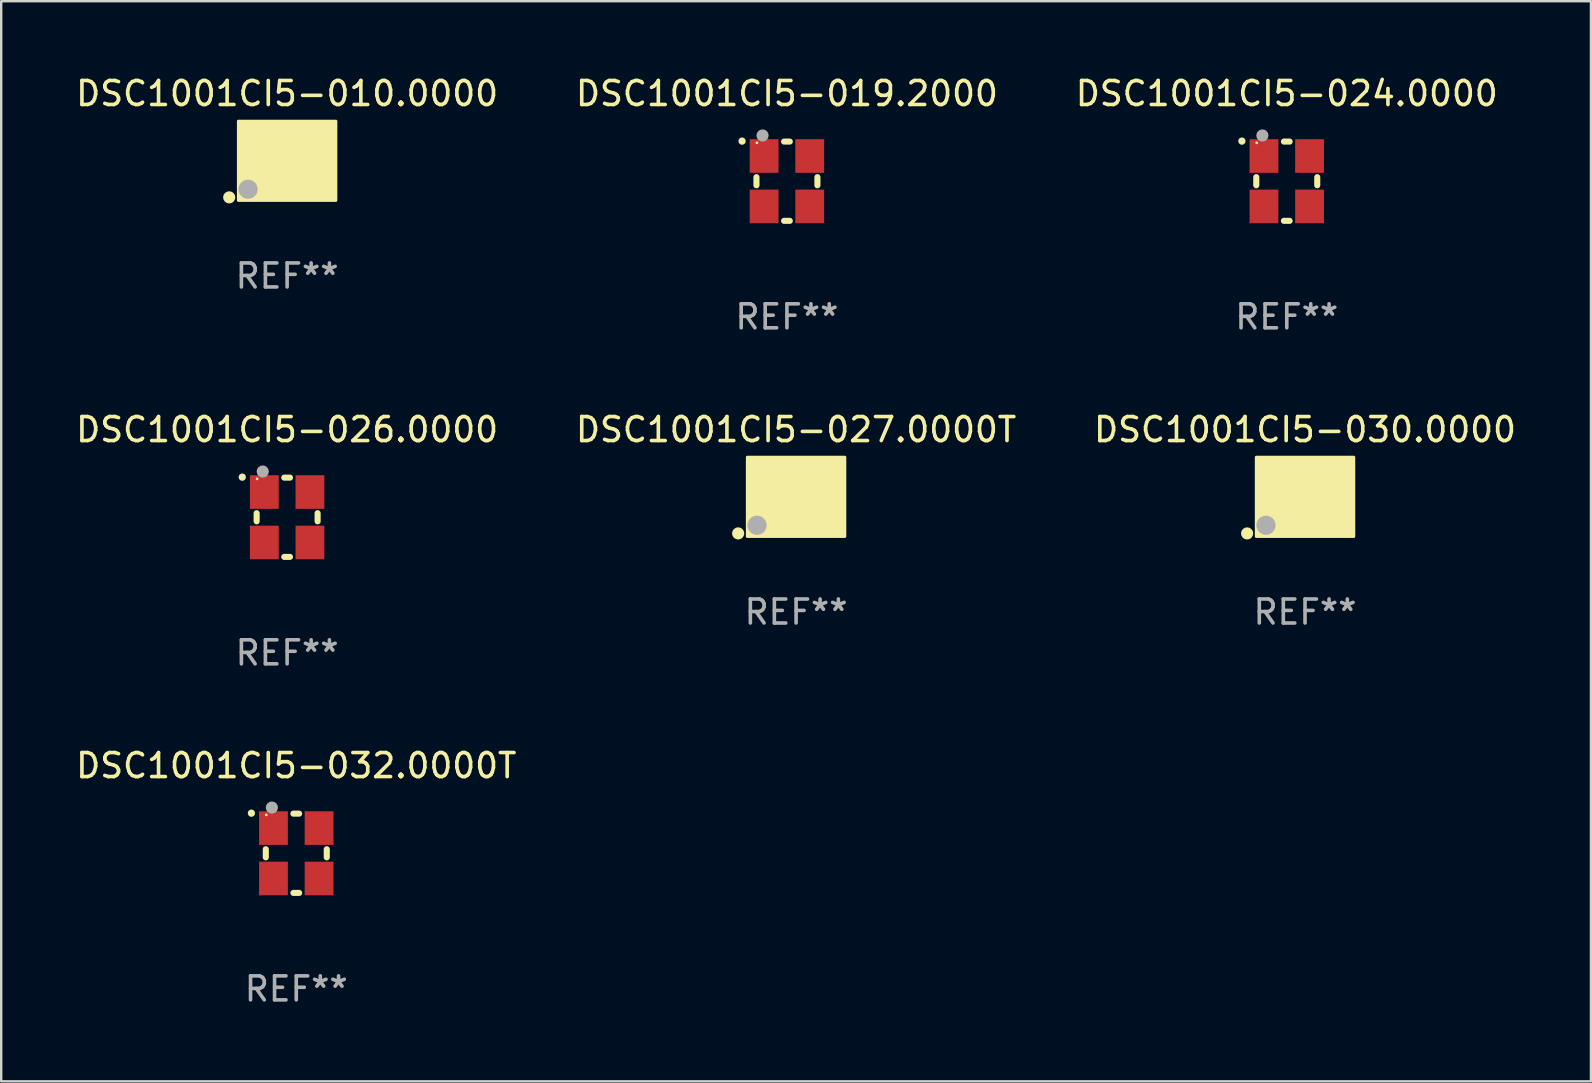
<source format=kicad_pcb>
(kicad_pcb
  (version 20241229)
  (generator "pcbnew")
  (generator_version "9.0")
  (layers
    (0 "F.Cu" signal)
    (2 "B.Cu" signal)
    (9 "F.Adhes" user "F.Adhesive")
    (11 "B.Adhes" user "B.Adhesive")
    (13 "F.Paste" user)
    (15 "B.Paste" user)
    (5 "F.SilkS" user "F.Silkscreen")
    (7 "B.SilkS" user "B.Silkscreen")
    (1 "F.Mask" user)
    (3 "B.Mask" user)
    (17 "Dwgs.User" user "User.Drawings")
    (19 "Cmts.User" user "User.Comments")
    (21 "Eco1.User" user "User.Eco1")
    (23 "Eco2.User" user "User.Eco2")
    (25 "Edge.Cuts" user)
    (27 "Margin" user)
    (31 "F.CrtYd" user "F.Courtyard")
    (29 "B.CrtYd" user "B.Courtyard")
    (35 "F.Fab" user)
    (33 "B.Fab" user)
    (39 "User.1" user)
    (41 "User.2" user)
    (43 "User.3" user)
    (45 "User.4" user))
  (footprint "DSC1001CI5-030.0000"
    (layer "F.Cu")
    (at 51.315 17.647)
    (property "Reference" "DSC1001CI5-030.0000" (at 0 -2.8 0) (layer "F.SilkS") (effects (font (size 1 1) (thickness 0.15))))
    (attr through_hole)
    (fp_circle (center -2.413 1.524) (end -2.286 1.524) (stroke (width 0.254) (type solid)) (fill no) (layer "F.SilkS"))
    (fp_circle (center -1.6 1.25) (end -1.57 1.25) (stroke (width 0.06) (type solid)) (fill no) (layer "F.SilkS"))
    (fp_poly (pts (xy -2.032 -1.651) (xy 2.032 -1.651) (xy 2.032 1.651) (xy -2.032 1.651)) (stroke (width 0.12) (type solid)) (fill yes) (layer "F.SilkS"))
    (fp_circle (center -1.627 1.185) (end -1.427 1.185) (stroke (width 0.4) (type solid)) (fill no) (layer "F.Fab"))
    (fp_text user "REF**" (at 0 4.8 0) (layer "F.Fab") (effects (font (size 1 1) (thickness 0.15))))
    (pad "1" smd rect (at -1.05 0.8) (size 1.4 1.2) (layers "F.Cu" "F.Mask" "F.Paste"))
    (pad "2" smd rect (at 1.05 0.8) (size 1.4 1.2) (layers "F.Cu" "F.Mask" "F.Paste"))
    (pad "3" smd rect (at 1.05 -0.8) (size 1.4 1.2) (layers "F.Cu" "F.Mask" "F.Paste"))
    (pad "4" smd rect (at -1.05 -0.8) (size 1.4 1.2) (layers "F.Cu" "F.Mask" "F.Paste")))
  (footprint "DSC1001CI5-026.0000"
    (layer "F.Cu")
    (at 8.911 18.498)
    (property "Reference" "DSC1001CI5-026.0000" (at 0 -3.651 0) (layer "F.SilkS") (effects (font (size 1 1) (thickness 0.15))))
    (attr through_hole)
    (fp_line (start -1.27 -0.169) (end -1.27 0.169) (stroke (width 0.254) (type solid)) (layer "F.SilkS"))
    (fp_line (start 0.119 -1.651) (end -0.119 -1.651) (stroke (width 0.254) (type solid)) (layer "F.SilkS"))
    (fp_line (start 0.119 1.651) (end -0.119 1.651) (stroke (width 0.254) (type solid)) (layer "F.SilkS"))
    (fp_line (start 1.27 -0.169) (end 1.27 0.169) (stroke (width 0.254) (type solid)) (layer "F.SilkS"))
    (fp_arc (start -1.868631 -1.669799) (mid -1.868636 -1.671069) (end -1.868631 -1.672339) (stroke (width 0.3) (type solid)) (layer "F.SilkS"))
    (fp_circle (center -1.25 -1.6) (end -1.22 -1.6) (stroke (width 0.06) (type solid)) (fill no) (layer "F.SilkS"))
    (fp_circle (center -1.016 -1.905) (end -0.889 -1.905) (stroke (width 0.254) (type solid)) (fill no) (layer "F.Fab"))
    (fp_text user "REF**" (at 0 5.651 0) (layer "F.Fab") (effects (font (size 1 1) (thickness 0.15))))
    (pad "1" smd rect (at -0.95 -1.05 90) (size 1.4 1.2) (layers "F.Cu" "F.Mask" "F.Paste"))
    (pad "2" smd rect (at -0.95 1.05 90) (size 1.4 1.2) (layers "F.Cu" "F.Mask" "F.Paste"))
    (pad "3" smd rect (at 0.95 1.05 90) (size 1.4 1.2) (layers "F.Cu" "F.Mask" "F.Paste"))
    (pad "4" smd rect (at 0.95 -1.05 90) (size 1.4 1.2) (layers "F.Cu" "F.Mask" "F.Paste")))
  (footprint "DSC1001CI5-019.2000"
    (layer "F.Cu")
    (at 29.732 4.499)
    (property "Reference" "DSC1001CI5-019.2000" (at 0 -3.651 0) (layer "F.SilkS") (effects (font (size 1 1) (thickness 0.15))))
    (attr through_hole)
    (fp_line (start -1.27 -0.169) (end -1.27 0.169) (stroke (width 0.254) (type solid)) (layer "F.SilkS"))
    (fp_line (start 0.119 -1.651) (end -0.119 -1.651) (stroke (width 0.254) (type solid)) (layer "F.SilkS"))
    (fp_line (start 0.119 1.651) (end -0.119 1.651) (stroke (width 0.254) (type solid)) (layer "F.SilkS"))
    (fp_line (start 1.27 -0.169) (end 1.27 0.169) (stroke (width 0.254) (type solid)) (layer "F.SilkS"))
    (fp_arc (start -1.868631 -1.669799) (mid -1.868636 -1.671069) (end -1.868631 -1.672339) (stroke (width 0.3) (type solid)) (layer "F.SilkS"))
    (fp_circle (center -1.25 -1.6) (end -1.22 -1.6) (stroke (width 0.06) (type solid)) (fill no) (layer "F.SilkS"))
    (fp_circle (center -1.016 -1.905) (end -0.889 -1.905) (stroke (width 0.254) (type solid)) (fill no) (layer "F.Fab"))
    (fp_text user "REF**" (at 0 5.651 0) (layer "F.Fab") (effects (font (size 1 1) (thickness 0.15))))
    (pad "1" smd rect (at -0.95 -1.05 90) (size 1.4 1.2) (layers "F.Cu" "F.Mask" "F.Paste"))
    (pad "2" smd rect (at -0.95 1.05 90) (size 1.4 1.2) (layers "F.Cu" "F.Mask" "F.Paste"))
    (pad "3" smd rect (at 0.95 1.05 90) (size 1.4 1.2) (layers "F.Cu" "F.Mask" "F.Paste"))
    (pad "4" smd rect (at 0.95 -1.05 90) (size 1.4 1.2) (layers "F.Cu" "F.Mask" "F.Paste")))
  (footprint "DSC1001CI5-010.0000"
    (layer "F.Cu")
    (at 8.911 3.648)
    (property "Reference" "DSC1001CI5-010.0000" (at 0 -2.8 0) (layer "F.SilkS") (effects (font (size 1 1) (thickness 0.15))))
    (attr through_hole)
    (fp_circle (center -2.413 1.524) (end -2.286 1.524) (stroke (width 0.254) (type solid)) (fill no) (layer "F.SilkS"))
    (fp_circle (center -1.6 1.25) (end -1.57 1.25) (stroke (width 0.06) (type solid)) (fill no) (layer "F.SilkS"))
    (fp_poly (pts (xy -2.032 -1.651) (xy 2.032 -1.651) (xy 2.032 1.651) (xy -2.032 1.651)) (stroke (width 0.12) (type solid)) (fill yes) (layer "F.SilkS"))
    (fp_circle (center -1.627 1.185) (end -1.427 1.185) (stroke (width 0.4) (type solid)) (fill no) (layer "F.Fab"))
    (fp_text user "REF**" (at 0 4.8 0) (layer "F.Fab") (effects (font (size 1 1) (thickness 0.15))))
    (pad "1" smd rect (at -1.05 0.8) (size 1.4 1.2) (layers "F.Cu" "F.Mask" "F.Paste"))
    (pad "2" smd rect (at 1.05 0.8) (size 1.4 1.2) (layers "F.Cu" "F.Mask" "F.Paste"))
    (pad "3" smd rect (at 1.05 -0.8) (size 1.4 1.2) (layers "F.Cu" "F.Mask" "F.Paste"))
    (pad "4" smd rect (at -1.05 -0.8) (size 1.4 1.2) (layers "F.Cu" "F.Mask" "F.Paste")))
  (footprint "DSC1001CI5-027.0000T"
    (layer "F.Cu")
    (at 30.113 17.647)
    (property "Reference" "DSC1001CI5-027.0000T" (at 0 -2.8 0) (layer "F.SilkS") (effects (font (size 1 1) (thickness 0.15))))
    (attr through_hole)
    (fp_circle (center -2.413 1.524) (end -2.286 1.524) (stroke (width 0.254) (type solid)) (fill no) (layer "F.SilkS"))
    (fp_circle (center -1.6 1.25) (end -1.57 1.25) (stroke (width 0.06) (type solid)) (fill no) (layer "F.SilkS"))
    (fp_poly (pts (xy -2.032 -1.651) (xy 2.032 -1.651) (xy 2.032 1.651) (xy -2.032 1.651)) (stroke (width 0.12) (type solid)) (fill yes) (layer "F.SilkS"))
    (fp_circle (center -1.627 1.185) (end -1.427 1.185) (stroke (width 0.4) (type solid)) (fill no) (layer "F.Fab"))
    (fp_text user "REF**" (at 0 4.8 0) (layer "F.Fab") (effects (font (size 1 1) (thickness 0.15))))
    (pad "1" smd rect (at -1.05 0.8) (size 1.4 1.2) (layers "F.Cu" "F.Mask" "F.Paste"))
    (pad "2" smd rect (at 1.05 0.8) (size 1.4 1.2) (layers "F.Cu" "F.Mask" "F.Paste"))
    (pad "3" smd rect (at 1.05 -0.8) (size 1.4 1.2) (layers "F.Cu" "F.Mask" "F.Paste"))
    (pad "4" smd rect (at -1.05 -0.8) (size 1.4 1.2) (layers "F.Cu" "F.Mask" "F.Paste")))
  (footprint "DSC1001CI5-032.0000T"
    (layer "F.Cu")
    (at 9.292 32.496)
    (property "Reference" "DSC1001CI5-032.0000T" (at 0 -3.651 0) (layer "F.SilkS") (effects (font (size 1 1) (thickness 0.15))))
    (attr through_hole)
    (fp_line (start -1.27 -0.169) (end -1.27 0.169) (stroke (width 0.254) (type solid)) (layer "F.SilkS"))
    (fp_line (start 0.119 -1.651) (end -0.119 -1.651) (stroke (width 0.254) (type solid)) (layer "F.SilkS"))
    (fp_line (start 0.119 1.651) (end -0.119 1.651) (stroke (width 0.254) (type solid)) (layer "F.SilkS"))
    (fp_line (start 1.27 -0.169) (end 1.27 0.169) (stroke (width 0.254) (type solid)) (layer "F.SilkS"))
    (fp_arc (start -1.868631 -1.669799) (mid -1.868636 -1.671069) (end -1.868631 -1.672339) (stroke (width 0.3) (type solid)) (layer "F.SilkS"))
    (fp_circle (center -1.25 -1.6) (end -1.22 -1.6) (stroke (width 0.06) (type solid)) (fill no) (layer "F.SilkS"))
    (fp_circle (center -1.016 -1.905) (end -0.889 -1.905) (stroke (width 0.254) (type solid)) (fill no) (layer "F.Fab"))
    (fp_text user "REF**" (at 0 5.651 0) (layer "F.Fab") (effects (font (size 1 1) (thickness 0.15))))
    (pad "1" smd rect (at -0.95 -1.05 90) (size 1.4 1.2) (layers "F.Cu" "F.Mask" "F.Paste"))
    (pad "2" smd rect (at -0.95 1.05 90) (size 1.4 1.2) (layers "F.Cu" "F.Mask" "F.Paste"))
    (pad "3" smd rect (at 0.95 1.05 90) (size 1.4 1.2) (layers "F.Cu" "F.Mask" "F.Paste"))
    (pad "4" smd rect (at 0.95 -1.05 90) (size 1.4 1.2) (layers "F.Cu" "F.Mask" "F.Paste")))
  (footprint "DSC1001CI5-024.0000"
    (layer "F.Cu")
    (at 50.554 4.499)
    (property "Reference" "DSC1001CI5-024.0000" (at 0 -3.651 0) (layer "F.SilkS") (effects (font (size 1 1) (thickness 0.15))))
    (attr through_hole)
    (fp_line (start -1.27 -0.169) (end -1.27 0.169) (stroke (width 0.254) (type solid)) (layer "F.SilkS"))
    (fp_line (start 0.119 -1.651) (end -0.119 -1.651) (stroke (width 0.254) (type solid)) (layer "F.SilkS"))
    (fp_line (start 0.119 1.651) (end -0.119 1.651) (stroke (width 0.254) (type solid)) (layer "F.SilkS"))
    (fp_line (start 1.27 -0.169) (end 1.27 0.169) (stroke (width 0.254) (type solid)) (layer "F.SilkS"))
    (fp_arc (start -1.868631 -1.669799) (mid -1.868636 -1.671069) (end -1.868631 -1.672339) (stroke (width 0.3) (type solid)) (layer "F.SilkS"))
    (fp_circle (center -1.25 -1.6) (end -1.22 -1.6) (stroke (width 0.06) (type solid)) (fill no) (layer "F.SilkS"))
    (fp_circle (center -1.016 -1.905) (end -0.889 -1.905) (stroke (width 0.254) (type solid)) (fill no) (layer "F.Fab"))
    (fp_text user "REF**" (at 0 5.651 0) (layer "F.Fab") (effects (font (size 1 1) (thickness 0.15))))
    (pad "1" smd rect (at -0.95 -1.05 90) (size 1.4 1.2) (layers "F.Cu" "F.Mask" "F.Paste"))
    (pad "2" smd rect (at -0.95 1.05 90) (size 1.4 1.2) (layers "F.Cu" "F.Mask" "F.Paste"))
    (pad "3" smd rect (at 0.95 1.05 90) (size 1.4 1.2) (layers "F.Cu" "F.Mask" "F.Paste"))
    (pad "4" smd rect (at 0.95 -1.05 90) (size 1.4 1.2) (layers "F.Cu" "F.Mask" "F.Paste")))
  (gr_rect
    (start -3 -3)
    (end 63.226 41.996)
    (stroke (width 0.1) (type default))
    (fill no)
    (layer "Edge.Cuts")))
</source>
